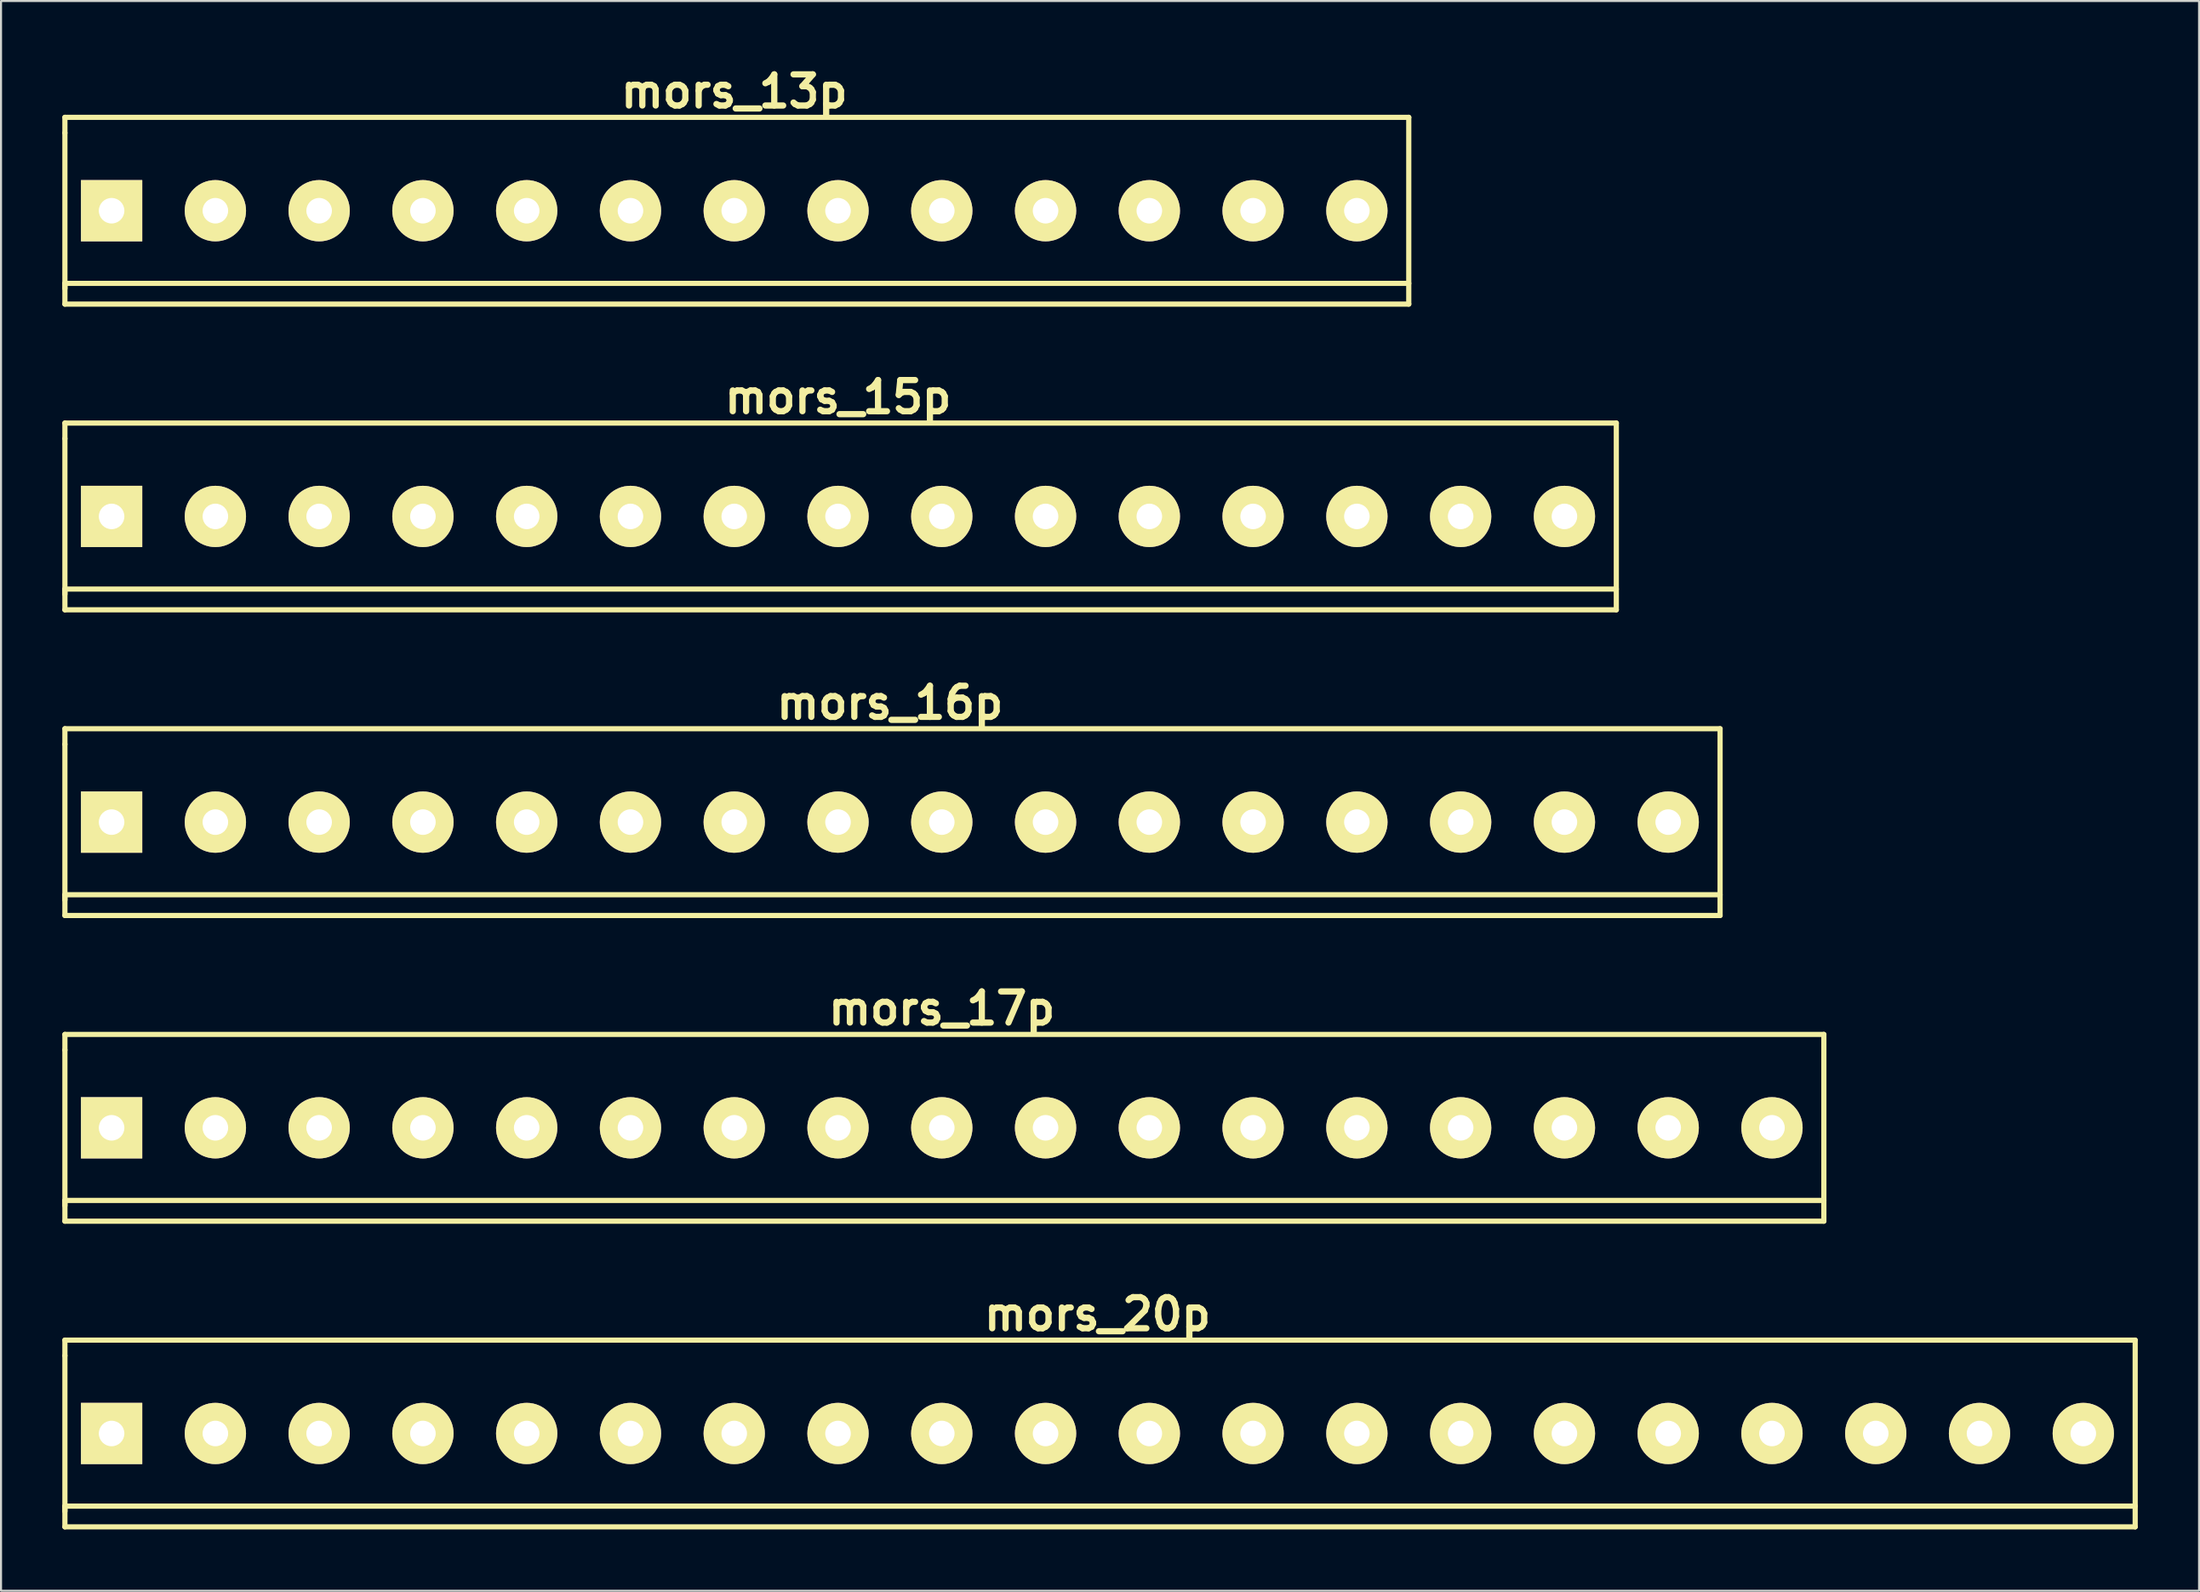
<source format=kicad_pcb>
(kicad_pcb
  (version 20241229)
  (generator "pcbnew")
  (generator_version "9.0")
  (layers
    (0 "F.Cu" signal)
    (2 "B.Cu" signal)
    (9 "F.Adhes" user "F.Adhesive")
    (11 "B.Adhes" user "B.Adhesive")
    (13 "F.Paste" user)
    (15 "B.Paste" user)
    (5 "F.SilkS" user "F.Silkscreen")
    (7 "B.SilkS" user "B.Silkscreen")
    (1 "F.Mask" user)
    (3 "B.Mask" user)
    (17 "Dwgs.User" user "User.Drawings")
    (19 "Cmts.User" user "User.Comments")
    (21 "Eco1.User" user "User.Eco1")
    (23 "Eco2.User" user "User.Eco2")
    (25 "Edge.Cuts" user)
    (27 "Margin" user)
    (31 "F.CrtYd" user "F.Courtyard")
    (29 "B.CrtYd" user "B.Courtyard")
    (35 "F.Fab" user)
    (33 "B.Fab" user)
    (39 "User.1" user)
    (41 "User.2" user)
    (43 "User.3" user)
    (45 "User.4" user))
  (footprint "mors_15p"
    (layer "F.Cu")
    (at 37.973 22.236)
    (property "Reference" "mors_15p" (at 0 -5.842 0) (layer "F.SilkS") (effects (font (size 1.524 1.524) (thickness 0.305))))
    (attr through_hole)
    (fp_line (start -37.846 -4.572) (end -37.846 -3.81) (stroke (width 0.254) (type solid)) (layer "F.SilkS"))
    (fp_line (start -37.846 3.81) (end -37.846 -3.81) (stroke (width 0.254) (type solid)) (layer "F.SilkS"))
    (fp_line (start -37.846 4.572) (end -37.846 3.556) (stroke (width 0.254) (type solid)) (layer "F.SilkS"))
    (fp_line (start -37.846 4.572) (end 38.1 4.572) (stroke (width 0.254) (type solid)) (layer "F.SilkS"))
    (fp_line (start 38.1 -4.572) (end -37.846 -4.572) (stroke (width 0.254) (type solid)) (layer "F.SilkS"))
    (fp_line (start 38.1 -4.572) (end 38.1 4.572) (stroke (width 0.254) (type solid)) (layer "F.SilkS"))
    (fp_line (start 38.1 3.556) (end -37.846 3.556) (stroke (width 0.254) (type solid)) (layer "F.SilkS"))
    (pad "1" thru_hole rect (at -35.56 0) (size 3 3) (drill 1.25) (layers "*.Cu" "*.Mask" "F.SilkS"))
    (pad "2" thru_hole circle (at -30.48 0) (size 3 3) (drill 1.25) (layers "*.Cu" "*.Mask" "F.SilkS"))
    (pad "3" thru_hole circle (at -25.4 0) (size 3 3) (drill 1.25) (layers "*.Cu" "*.Mask" "F.SilkS"))
    (pad "4" thru_hole circle (at -20.32 0) (size 3 3) (drill 1.25) (layers "*.Cu" "*.Mask" "F.SilkS"))
    (pad "5" thru_hole circle (at -15.24 0) (size 3 3) (drill 1.25) (layers "*.Cu" "*.Mask" "F.SilkS"))
    (pad "6" thru_hole circle (at -10.16 0) (size 3 3) (drill 1.25) (layers "*.Cu" "*.Mask" "F.SilkS"))
    (pad "7" thru_hole circle (at -5.08 0) (size 3 3) (drill 1.25) (layers "*.Cu" "*.Mask" "F.SilkS"))
    (pad "8" thru_hole circle (at 0 0) (size 3 3) (drill 1.25) (layers "*.Cu" "*.Mask" "F.SilkS"))
    (pad "9" thru_hole circle (at 5.08 0) (size 3 3) (drill 1.25) (layers "*.Cu" "*.Mask" "F.SilkS"))
    (pad "10" thru_hole circle (at 10.16 0) (size 3 3) (drill 1.25) (layers "*.Cu" "*.Mask" "F.SilkS"))
    (pad "11" thru_hole circle (at 15.24 0) (size 3 3) (drill 1.25) (layers "*.Cu" "*.Mask" "F.SilkS"))
    (pad "12" thru_hole circle (at 20.32 0) (size 3 3) (drill 1.25) (layers "*.Cu" "*.Mask" "F.SilkS"))
    (pad "13" thru_hole circle (at 25.4 0) (size 3 3) (drill 1.25) (layers "*.Cu" "*.Mask" "F.SilkS"))
    (pad "14" thru_hole circle (at 30.48 0) (size 3 3) (drill 1.25) (layers "*.Cu" "*.Mask" "F.SilkS"))
    (pad "15" thru_hole circle (at 35.56 0) (size 3 3) (drill 1.25) (layers "*.Cu" "*.Mask" "F.SilkS")))
  (footprint "mors_20p"
    (layer "F.Cu")
    (at 50.673 67.138)
    (property "Reference" "mors_20p" (at 0 -5.842 0) (layer "F.SilkS") (effects (font (size 1.524 1.524) (thickness 0.305))))
    (attr through_hole)
    (fp_line (start -50.546 -4.572) (end -50.546 -3.81) (stroke (width 0.254) (type solid)) (layer "F.SilkS"))
    (fp_line (start -50.546 3.81) (end -50.546 -3.81) (stroke (width 0.254) (type solid)) (layer "F.SilkS"))
    (fp_line (start -50.546 4.572) (end -50.546 3.556) (stroke (width 0.254) (type solid)) (layer "F.SilkS"))
    (fp_line (start -50.546 4.572) (end 50.8 4.572) (stroke (width 0.254) (type solid)) (layer "F.SilkS"))
    (fp_line (start 50.8 -4.572) (end -50.546 -4.572) (stroke (width 0.254) (type solid)) (layer "F.SilkS"))
    (fp_line (start 50.8 -4.572) (end 50.8 4.572) (stroke (width 0.254) (type solid)) (layer "F.SilkS"))
    (fp_line (start 50.8 3.556) (end -50.546 3.556) (stroke (width 0.254) (type solid)) (layer "F.SilkS"))
    (pad "1" thru_hole rect (at -48.26 0) (size 3 3) (drill 1.25) (layers "*.Cu" "*.Mask" "F.SilkS"))
    (pad "2" thru_hole circle (at -43.18 0) (size 3 3) (drill 1.25) (layers "*.Cu" "*.Mask" "F.SilkS"))
    (pad "3" thru_hole circle (at -38.1 0) (size 3 3) (drill 1.25) (layers "*.Cu" "*.Mask" "F.SilkS"))
    (pad "4" thru_hole circle (at -33.02 0) (size 3 3) (drill 1.25) (layers "*.Cu" "*.Mask" "F.SilkS"))
    (pad "5" thru_hole circle (at -27.94 0) (size 3 3) (drill 1.25) (layers "*.Cu" "*.Mask" "F.SilkS"))
    (pad "6" thru_hole circle (at -22.86 0) (size 3 3) (drill 1.25) (layers "*.Cu" "*.Mask" "F.SilkS"))
    (pad "7" thru_hole circle (at -17.78 0) (size 3 3) (drill 1.25) (layers "*.Cu" "*.Mask" "F.SilkS"))
    (pad "8" thru_hole circle (at -12.7 0) (size 3 3) (drill 1.25) (layers "*.Cu" "*.Mask" "F.SilkS"))
    (pad "9" thru_hole circle (at -7.62 0) (size 3 3) (drill 1.25) (layers "*.Cu" "*.Mask" "F.SilkS"))
    (pad "10" thru_hole circle (at -2.54 0) (size 3 3) (drill 1.25) (layers "*.Cu" "*.Mask" "F.SilkS"))
    (pad "11" thru_hole circle (at 2.54 0) (size 3 3) (drill 1.25) (layers "*.Cu" "*.Mask" "F.SilkS"))
    (pad "12" thru_hole circle (at 7.62 0) (size 3 3) (drill 1.25) (layers "*.Cu" "*.Mask" "F.SilkS"))
    (pad "13" thru_hole circle (at 12.7 0) (size 3 3) (drill 1.25) (layers "*.Cu" "*.Mask" "F.SilkS"))
    (pad "14" thru_hole circle (at 17.78 0) (size 3 3) (drill 1.25) (layers "*.Cu" "*.Mask" "F.SilkS"))
    (pad "15" thru_hole circle (at 22.86 0) (size 3 3) (drill 1.25) (layers "*.Cu" "*.Mask" "F.SilkS"))
    (pad "16" thru_hole circle (at 27.94 0) (size 3 3) (drill 1.25) (layers "*.Cu" "*.Mask" "F.SilkS"))
    (pad "17" thru_hole circle (at 33.02 0) (size 3 3) (drill 1.25) (layers "*.Cu" "*.Mask" "F.SilkS"))
    (pad "18" thru_hole circle (at 38.1 0) (size 3 3) (drill 1.25) (layers "*.Cu" "*.Mask" "F.SilkS"))
    (pad "19" thru_hole circle (at 43.18 0) (size 3 3) (drill 1.25) (layers "*.Cu" "*.Mask" "F.SilkS"))
    (pad "20" thru_hole circle (at 48.26 0) (size 3 3) (drill 1.25) (layers "*.Cu" "*.Mask" "F.SilkS")))
  (footprint "mors_16p"
    (layer "F.Cu")
    (at 40.513 37.203)
    (property "Reference" "mors_16p" (at 0 -5.842 0) (layer "F.SilkS") (effects (font (size 1.524 1.524) (thickness 0.305))))
    (attr through_hole)
    (fp_line (start -40.386 -4.572) (end -40.386 -3.81) (stroke (width 0.254) (type solid)) (layer "F.SilkS"))
    (fp_line (start -40.386 3.81) (end -40.386 -3.81) (stroke (width 0.254) (type solid)) (layer "F.SilkS"))
    (fp_line (start -40.386 4.572) (end -40.386 3.556) (stroke (width 0.254) (type solid)) (layer "F.SilkS"))
    (fp_line (start -40.386 4.572) (end 40.64 4.572) (stroke (width 0.254) (type solid)) (layer "F.SilkS"))
    (fp_line (start 40.64 -4.572) (end -40.386 -4.572) (stroke (width 0.254) (type solid)) (layer "F.SilkS"))
    (fp_line (start 40.64 -4.572) (end 40.64 4.572) (stroke (width 0.254) (type solid)) (layer "F.SilkS"))
    (fp_line (start 40.64 3.556) (end -40.386 3.556) (stroke (width 0.254) (type solid)) (layer "F.SilkS"))
    (pad "1" thru_hole rect (at -38.1 0) (size 3 3) (drill 1.25) (layers "*.Cu" "*.Mask" "F.SilkS"))
    (pad "2" thru_hole circle (at -33.02 0) (size 3 3) (drill 1.25) (layers "*.Cu" "*.Mask" "F.SilkS"))
    (pad "3" thru_hole circle (at -27.94 0) (size 3 3) (drill 1.25) (layers "*.Cu" "*.Mask" "F.SilkS"))
    (pad "4" thru_hole circle (at -22.86 0) (size 3 3) (drill 1.25) (layers "*.Cu" "*.Mask" "F.SilkS"))
    (pad "5" thru_hole circle (at -17.78 0) (size 3 3) (drill 1.25) (layers "*.Cu" "*.Mask" "F.SilkS"))
    (pad "6" thru_hole circle (at -12.7 0) (size 3 3) (drill 1.25) (layers "*.Cu" "*.Mask" "F.SilkS"))
    (pad "7" thru_hole circle (at -7.62 0) (size 3 3) (drill 1.25) (layers "*.Cu" "*.Mask" "F.SilkS"))
    (pad "8" thru_hole circle (at -2.54 0) (size 3 3) (drill 1.25) (layers "*.Cu" "*.Mask" "F.SilkS"))
    (pad "9" thru_hole circle (at 2.54 0) (size 3 3) (drill 1.25) (layers "*.Cu" "*.Mask" "F.SilkS"))
    (pad "10" thru_hole circle (at 7.62 0) (size 3 3) (drill 1.25) (layers "*.Cu" "*.Mask" "F.SilkS"))
    (pad "11" thru_hole circle (at 12.7 0) (size 3 3) (drill 1.25) (layers "*.Cu" "*.Mask" "F.SilkS"))
    (pad "12" thru_hole circle (at 17.78 0) (size 3 3) (drill 1.25) (layers "*.Cu" "*.Mask" "F.SilkS"))
    (pad "13" thru_hole circle (at 22.86 0) (size 3 3) (drill 1.25) (layers "*.Cu" "*.Mask" "F.SilkS"))
    (pad "14" thru_hole circle (at 27.94 0) (size 3 3) (drill 1.25) (layers "*.Cu" "*.Mask" "F.SilkS"))
    (pad "15" thru_hole circle (at 33.02 0) (size 3 3) (drill 1.25) (layers "*.Cu" "*.Mask" "F.SilkS"))
    (pad "16" thru_hole circle (at 38.1 0) (size 3 3) (drill 1.25) (layers "*.Cu" "*.Mask" "F.SilkS")))
  (footprint "mors_13p"
    (layer "F.Cu")
    (at 32.893 7.268)
    (property "Reference" "mors_13p" (at 0 -5.842 0) (layer "F.SilkS") (effects (font (size 1.524 1.524) (thickness 0.305))))
    (attr through_hole)
    (fp_line (start -32.766 -4.572) (end -32.766 -3.81) (stroke (width 0.254) (type solid)) (layer "F.SilkS"))
    (fp_line (start -32.766 3.81) (end -32.766 -3.81) (stroke (width 0.254) (type solid)) (layer "F.SilkS"))
    (fp_line (start -32.766 4.572) (end -32.766 3.556) (stroke (width 0.254) (type solid)) (layer "F.SilkS"))
    (fp_line (start -32.766 4.572) (end 33.02 4.572) (stroke (width 0.254) (type solid)) (layer "F.SilkS"))
    (fp_line (start 33.02 -4.572) (end -32.766 -4.572) (stroke (width 0.254) (type solid)) (layer "F.SilkS"))
    (fp_line (start 33.02 -4.572) (end 33.02 4.572) (stroke (width 0.254) (type solid)) (layer "F.SilkS"))
    (fp_line (start 33.02 3.556) (end -32.766 3.556) (stroke (width 0.254) (type solid)) (layer "F.SilkS"))
    (pad "1" thru_hole rect (at -30.48 0) (size 3 3) (drill 1.25) (layers "*.Cu" "*.Mask" "F.SilkS"))
    (pad "2" thru_hole circle (at -25.4 0) (size 3 3) (drill 1.25) (layers "*.Cu" "*.Mask" "F.SilkS"))
    (pad "3" thru_hole circle (at -20.32 0) (size 3 3) (drill 1.25) (layers "*.Cu" "*.Mask" "F.SilkS"))
    (pad "4" thru_hole circle (at -15.24 0) (size 3 3) (drill 1.25) (layers "*.Cu" "*.Mask" "F.SilkS"))
    (pad "5" thru_hole circle (at -10.16 0) (size 3 3) (drill 1.25) (layers "*.Cu" "*.Mask" "F.SilkS"))
    (pad "6" thru_hole circle (at -5.08 0) (size 3 3) (drill 1.25) (layers "*.Cu" "*.Mask" "F.SilkS"))
    (pad "7" thru_hole circle (at 0 0) (size 3 3) (drill 1.25) (layers "*.Cu" "*.Mask" "F.SilkS"))
    (pad "8" thru_hole circle (at 5.08 0) (size 3 3) (drill 1.25) (layers "*.Cu" "*.Mask" "F.SilkS"))
    (pad "9" thru_hole circle (at 10.16 0) (size 3 3) (drill 1.25) (layers "*.Cu" "*.Mask" "F.SilkS"))
    (pad "10" thru_hole circle (at 15.24 0) (size 3 3) (drill 1.25) (layers "*.Cu" "*.Mask" "F.SilkS"))
    (pad "11" thru_hole circle (at 20.32 0) (size 3 3) (drill 1.25) (layers "*.Cu" "*.Mask" "F.SilkS"))
    (pad "12" thru_hole circle (at 25.4 0) (size 3 3) (drill 1.25) (layers "*.Cu" "*.Mask" "F.SilkS"))
    (pad "13" thru_hole circle (at 30.48 0) (size 3 3) (drill 1.25) (layers "*.Cu" "*.Mask" "F.SilkS")))
  (footprint "mors_17p"
    (layer "F.Cu")
    (at 43.053 52.171)
    (property "Reference" "mors_17p" (at 0 -5.842 0) (layer "F.SilkS") (effects (font (size 1.524 1.524) (thickness 0.305))))
    (attr through_hole)
    (fp_line (start -42.926 -4.572) (end -42.926 -3.81) (stroke (width 0.254) (type solid)) (layer "F.SilkS"))
    (fp_line (start -42.926 3.81) (end -42.926 -3.81) (stroke (width 0.254) (type solid)) (layer "F.SilkS"))
    (fp_line (start -42.926 4.572) (end -42.926 3.556) (stroke (width 0.254) (type solid)) (layer "F.SilkS"))
    (fp_line (start -42.926 4.572) (end 43.18 4.572) (stroke (width 0.254) (type solid)) (layer "F.SilkS"))
    (fp_line (start 43.18 -4.572) (end -42.926 -4.572) (stroke (width 0.254) (type solid)) (layer "F.SilkS"))
    (fp_line (start 43.18 -4.572) (end 43.18 4.572) (stroke (width 0.254) (type solid)) (layer "F.SilkS"))
    (fp_line (start 43.18 3.556) (end -42.926 3.556) (stroke (width 0.254) (type solid)) (layer "F.SilkS"))
    (pad "1" thru_hole rect (at -40.64 0) (size 3 3) (drill 1.25) (layers "*.Cu" "*.Mask" "F.SilkS"))
    (pad "2" thru_hole circle (at -35.56 0) (size 3 3) (drill 1.25) (layers "*.Cu" "*.Mask" "F.SilkS"))
    (pad "3" thru_hole circle (at -30.48 0) (size 3 3) (drill 1.25) (layers "*.Cu" "*.Mask" "F.SilkS"))
    (pad "4" thru_hole circle (at -25.4 0) (size 3 3) (drill 1.25) (layers "*.Cu" "*.Mask" "F.SilkS"))
    (pad "5" thru_hole circle (at -20.32 0) (size 3 3) (drill 1.25) (layers "*.Cu" "*.Mask" "F.SilkS"))
    (pad "6" thru_hole circle (at -15.24 0) (size 3 3) (drill 1.25) (layers "*.Cu" "*.Mask" "F.SilkS"))
    (pad "7" thru_hole circle (at -10.16 0) (size 3 3) (drill 1.25) (layers "*.Cu" "*.Mask" "F.SilkS"))
    (pad "8" thru_hole circle (at -5.08 0) (size 3 3) (drill 1.25) (layers "*.Cu" "*.Mask" "F.SilkS"))
    (pad "9" thru_hole circle (at 0 0) (size 3 3) (drill 1.25) (layers "*.Cu" "*.Mask" "F.SilkS"))
    (pad "10" thru_hole circle (at 5.08 0) (size 3 3) (drill 1.25) (layers "*.Cu" "*.Mask" "F.SilkS"))
    (pad "11" thru_hole circle (at 10.16 0) (size 3 3) (drill 1.25) (layers "*.Cu" "*.Mask" "F.SilkS"))
    (pad "12" thru_hole circle (at 15.24 0) (size 3 3) (drill 1.25) (layers "*.Cu" "*.Mask" "F.SilkS"))
    (pad "13" thru_hole circle (at 20.32 0) (size 3 3) (drill 1.25) (layers "*.Cu" "*.Mask" "F.SilkS"))
    (pad "14" thru_hole circle (at 25.4 0) (size 3 3) (drill 1.25) (layers "*.Cu" "*.Mask" "F.SilkS"))
    (pad "15" thru_hole circle (at 30.48 0) (size 3 3) (drill 1.25) (layers "*.Cu" "*.Mask" "F.SilkS"))
    (pad "16" thru_hole circle (at 35.56 0) (size 3 3) (drill 1.25) (layers "*.Cu" "*.Mask" "F.SilkS"))
    (pad "17" thru_hole circle (at 40.64 0) (size 3 3) (drill 1.25) (layers "*.Cu" "*.Mask" "F.SilkS")))
  (gr_rect
    (start -3 -3)
    (end 104.6 74.837)
    (stroke (width 0.1) (type default))
    (fill no)
    (layer "Edge.Cuts")))
</source>
